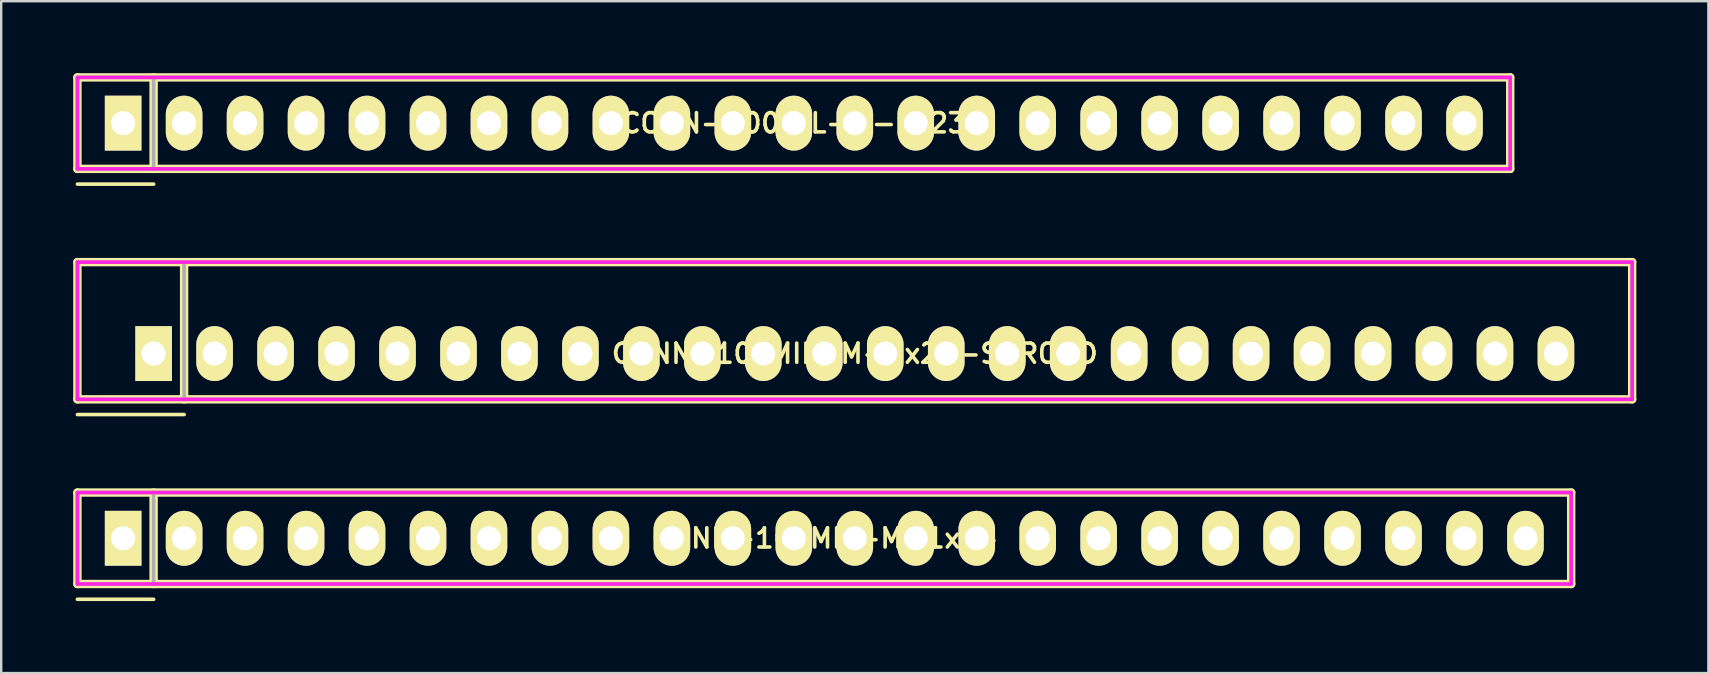
<source format=kicad_pcb>
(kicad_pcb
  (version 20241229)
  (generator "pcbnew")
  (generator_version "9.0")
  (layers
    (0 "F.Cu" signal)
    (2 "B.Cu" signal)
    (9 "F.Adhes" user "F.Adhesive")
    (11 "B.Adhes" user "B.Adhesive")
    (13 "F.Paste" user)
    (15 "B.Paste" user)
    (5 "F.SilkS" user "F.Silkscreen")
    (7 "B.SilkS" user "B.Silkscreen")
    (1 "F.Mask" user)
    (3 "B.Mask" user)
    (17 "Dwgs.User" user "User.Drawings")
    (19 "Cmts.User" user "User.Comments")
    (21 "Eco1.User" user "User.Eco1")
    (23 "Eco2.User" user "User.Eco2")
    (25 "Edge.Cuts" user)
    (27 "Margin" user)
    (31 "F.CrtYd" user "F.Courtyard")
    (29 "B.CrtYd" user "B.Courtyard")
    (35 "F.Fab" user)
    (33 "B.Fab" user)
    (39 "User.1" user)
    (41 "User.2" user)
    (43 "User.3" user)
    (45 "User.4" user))
  (footprint "CONN-100MIL-M-1x23"
    (layer "F.Cu")
    (at 30.02 2.08)
    (property "Reference" "CONN-100MIL-M-1x23" (at 0 0 0) (layer "F.SilkS") (effects (font (size 0.8 0.8) (thickness 0.15))))
    (attr through_hole)
    (fp_line (start -29.845 -1.905) (end 29.845 -1.905) (stroke (width 0.35) (type solid)) (layer "F.SilkS"))
    (fp_line (start -29.845 1.905) (end -29.845 -1.905) (stroke (width 0.35) (type solid)) (layer "F.SilkS"))
    (fp_line (start -29.845 2.54) (end -26.67 2.54) (stroke (width 0.15) (type solid)) (layer "F.SilkS"))
    (fp_line (start -26.67 -1.905) (end -26.67 1.905) (stroke (width 0.35) (type solid)) (layer "F.SilkS"))
    (fp_line (start 29.845 -1.905) (end 29.845 1.905) (stroke (width 0.35) (type solid)) (layer "F.SilkS"))
    (fp_line (start 29.845 1.905) (end -29.845 1.905) (stroke (width 0.35) (type solid)) (layer "F.SilkS"))
    (fp_line (start -29.845 -1.905) (end 29.845 -1.905) (stroke (width 0.15) (type solid)) (layer "F.CrtYd"))
    (fp_line (start -29.845 1.905) (end -29.845 -1.905) (stroke (width 0.15) (type solid)) (layer "F.CrtYd"))
    (fp_line (start 29.845 -1.905) (end 29.845 1.905) (stroke (width 0.15) (type solid)) (layer "F.CrtYd"))
    (fp_line (start 29.845 1.905) (end -29.845 1.905) (stroke (width 0.15) (type solid)) (layer "F.CrtYd"))
    (fp_line (start -29.845 -1.905) (end 29.845 -1.905) (stroke (width 0.15) (type solid)) (layer "F.Fab"))
    (fp_line (start -29.845 1.905) (end -29.845 -1.905) (stroke (width 0.15) (type solid)) (layer "F.Fab"))
    (fp_line (start -26.67 -1.905) (end -26.67 1.905) (stroke (width 0.15) (type solid)) (layer "F.Fab"))
    (fp_line (start 29.845 -1.905) (end 29.845 1.905) (stroke (width 0.15) (type solid)) (layer "F.Fab"))
    (fp_line (start 29.845 1.905) (end -29.845 1.905) (stroke (width 0.15) (type solid)) (layer "F.Fab"))
    (pad "1" thru_hole rect (at -27.94 0) (size 1.524 2.286) (drill 1) (layers "*.Cu" "*.Mask" "F.SilkS"))
    (pad "2" thru_hole oval (at -25.4 0) (size 1.524 2.286) (drill 1) (layers "*.Cu" "*.Mask" "F.SilkS"))
    (pad "3" thru_hole oval (at -22.86 0) (size 1.524 2.286) (drill 1) (layers "*.Cu" "*.Mask" "F.SilkS"))
    (pad "4" thru_hole oval (at -20.32 0) (size 1.524 2.286) (drill 1) (layers "*.Cu" "*.Mask" "F.SilkS"))
    (pad "5" thru_hole oval (at -17.78 0) (size 1.524 2.286) (drill 1) (layers "*.Cu" "*.Mask" "F.SilkS"))
    (pad "6" thru_hole oval (at -15.24 0) (size 1.524 2.286) (drill 1) (layers "*.Cu" "*.Mask" "F.SilkS"))
    (pad "7" thru_hole oval (at -12.7 0) (size 1.524 2.286) (drill 1) (layers "*.Cu" "*.Mask" "F.SilkS"))
    (pad "8" thru_hole oval (at -10.16 0) (size 1.524 2.286) (drill 1) (layers "*.Cu" "*.Mask" "F.SilkS"))
    (pad "9" thru_hole oval (at -7.62 0) (size 1.524 2.286) (drill 1) (layers "*.Cu" "*.Mask" "F.SilkS"))
    (pad "10" thru_hole oval (at -5.08 0) (size 1.524 2.286) (drill 1) (layers "*.Cu" "*.Mask" "F.SilkS"))
    (pad "11" thru_hole oval (at -2.54 0) (size 1.524 2.286) (drill 1) (layers "*.Cu" "*.Mask" "F.SilkS"))
    (pad "12" thru_hole oval (at 0 0) (size 1.524 2.286) (drill 1) (layers "*.Cu" "*.Mask" "F.SilkS"))
    (pad "13" thru_hole oval (at 2.54 0) (size 1.524 2.286) (drill 1) (layers "*.Cu" "*.Mask" "F.SilkS"))
    (pad "14" thru_hole oval (at 5.08 0) (size 1.524 2.286) (drill 1) (layers "*.Cu" "*.Mask" "F.SilkS"))
    (pad "15" thru_hole oval (at 7.62 0) (size 1.524 2.286) (drill 1) (layers "*.Cu" "*.Mask" "F.SilkS"))
    (pad "16" thru_hole oval (at 10.16 0) (size 1.524 2.286) (drill 1) (layers "*.Cu" "*.Mask" "F.SilkS"))
    (pad "17" thru_hole oval (at 12.7 0) (size 1.524 2.286) (drill 1) (layers "*.Cu" "*.Mask" "F.SilkS"))
    (pad "18" thru_hole oval (at 15.24 0) (size 1.524 2.286) (drill 1) (layers "*.Cu" "*.Mask" "F.SilkS"))
    (pad "19" thru_hole oval (at 17.78 0) (size 1.524 2.286) (drill 1) (layers "*.Cu" "*.Mask" "F.SilkS"))
    (pad "20" thru_hole oval (at 20.32 0) (size 1.524 2.286) (drill 1) (layers "*.Cu" "*.Mask" "F.SilkS"))
    (pad "21" thru_hole oval (at 22.86 0) (size 1.524 2.286) (drill 1) (layers "*.Cu" "*.Mask" "F.SilkS"))
    (pad "22" thru_hole oval (at 25.4 0) (size 1.524 2.286) (drill 1) (layers "*.Cu" "*.Mask" "F.SilkS"))
    (pad "23" thru_hole oval (at 27.94 0) (size 1.524 2.286) (drill 1) (layers "*.Cu" "*.Mask" "F.SilkS")))
  (footprint "CONN-100MIL-M-1x24-SHROUD"
    (layer "F.Cu")
    (at 32.56 11.68)
    (property "Reference" "CONN-100MIL-M-1x24-SHROUD" (at 0 0 0) (layer "F.SilkS") (effects (font (size 0.8 0.8) (thickness 0.15))))
    (attr through_hole)
    (fp_line (start -32.385 -3.81) (end 32.385 -3.81) (stroke (width 0.35) (type solid)) (layer "F.SilkS"))
    (fp_line (start -32.385 1.905) (end -32.385 -3.81) (stroke (width 0.35) (type solid)) (layer "F.SilkS"))
    (fp_line (start -32.385 2.54) (end -27.94 2.54) (stroke (width 0.15) (type solid)) (layer "F.SilkS"))
    (fp_line (start -27.94 -3.81) (end -27.94 1.905) (stroke (width 0.35) (type solid)) (layer "F.SilkS"))
    (fp_line (start 32.385 -3.81) (end 32.385 1.905) (stroke (width 0.35) (type solid)) (layer "F.SilkS"))
    (fp_line (start 32.385 1.905) (end -32.385 1.905) (stroke (width 0.35) (type solid)) (layer "F.SilkS"))
    (fp_line (start -32.385 -3.81) (end 32.385 -3.81) (stroke (width 0.15) (type solid)) (layer "F.CrtYd"))
    (fp_line (start -32.385 1.905) (end -32.385 -3.81) (stroke (width 0.15) (type solid)) (layer "F.CrtYd"))
    (fp_line (start 32.385 -3.81) (end 32.385 1.905) (stroke (width 0.15) (type solid)) (layer "F.CrtYd"))
    (fp_line (start 32.385 1.905) (end -32.385 1.905) (stroke (width 0.15) (type solid)) (layer "F.CrtYd"))
    (fp_line (start -32.385 -3.81) (end 32.385 -3.81) (stroke (width 0.15) (type solid)) (layer "F.Fab"))
    (fp_line (start -32.385 1.905) (end -32.385 -3.81) (stroke (width 0.15) (type solid)) (layer "F.Fab"))
    (fp_line (start -27.94 -3.81) (end -27.94 1.905) (stroke (width 0.15) (type solid)) (layer "F.Fab"))
    (fp_line (start 32.385 -3.81) (end 32.385 1.905) (stroke (width 0.15) (type solid)) (layer "F.Fab"))
    (fp_line (start 32.385 1.905) (end -32.385 1.905) (stroke (width 0.15) (type solid)) (layer "F.Fab"))
    (pad "1" thru_hole rect (at -29.21 0) (size 1.524 2.286) (drill 1) (layers "*.Cu" "*.Mask" "F.SilkS"))
    (pad "2" thru_hole oval (at -26.67 0) (size 1.524 2.286) (drill 1) (layers "*.Cu" "*.Mask" "F.SilkS"))
    (pad "3" thru_hole oval (at -24.13 0) (size 1.524 2.286) (drill 1) (layers "*.Cu" "*.Mask" "F.SilkS"))
    (pad "4" thru_hole oval (at -21.59 0) (size 1.524 2.286) (drill 1) (layers "*.Cu" "*.Mask" "F.SilkS"))
    (pad "5" thru_hole oval (at -19.05 0) (size 1.524 2.286) (drill 1) (layers "*.Cu" "*.Mask" "F.SilkS"))
    (pad "6" thru_hole oval (at -16.51 0) (size 1.524 2.286) (drill 1) (layers "*.Cu" "*.Mask" "F.SilkS"))
    (pad "7" thru_hole oval (at -13.97 0) (size 1.524 2.286) (drill 1) (layers "*.Cu" "*.Mask" "F.SilkS"))
    (pad "8" thru_hole oval (at -11.43 0) (size 1.524 2.286) (drill 1) (layers "*.Cu" "*.Mask" "F.SilkS"))
    (pad "9" thru_hole oval (at -8.89 0) (size 1.524 2.286) (drill 1) (layers "*.Cu" "*.Mask" "F.SilkS"))
    (pad "10" thru_hole oval (at -6.35 0) (size 1.524 2.286) (drill 1) (layers "*.Cu" "*.Mask" "F.SilkS"))
    (pad "11" thru_hole oval (at -3.81 0) (size 1.524 2.286) (drill 1) (layers "*.Cu" "*.Mask" "F.SilkS"))
    (pad "12" thru_hole oval (at -1.27 0) (size 1.524 2.286) (drill 1) (layers "*.Cu" "*.Mask" "F.SilkS"))
    (pad "13" thru_hole oval (at 1.27 0) (size 1.524 2.286) (drill 1) (layers "*.Cu" "*.Mask" "F.SilkS"))
    (pad "14" thru_hole oval (at 3.81 0) (size 1.524 2.286) (drill 1) (layers "*.Cu" "*.Mask" "F.SilkS"))
    (pad "15" thru_hole oval (at 6.35 0) (size 1.524 2.286) (drill 1) (layers "*.Cu" "*.Mask" "F.SilkS"))
    (pad "16" thru_hole oval (at 8.89 0) (size 1.524 2.286) (drill 1) (layers "*.Cu" "*.Mask" "F.SilkS"))
    (pad "17" thru_hole oval (at 11.43 0) (size 1.524 2.286) (drill 1) (layers "*.Cu" "*.Mask" "F.SilkS"))
    (pad "18" thru_hole oval (at 13.97 0) (size 1.524 2.286) (drill 1) (layers "*.Cu" "*.Mask" "F.SilkS"))
    (pad "19" thru_hole oval (at 16.51 0) (size 1.524 2.286) (drill 1) (layers "*.Cu" "*.Mask" "F.SilkS"))
    (pad "20" thru_hole oval (at 19.05 0) (size 1.524 2.286) (drill 1) (layers "*.Cu" "*.Mask" "F.SilkS"))
    (pad "21" thru_hole oval (at 21.59 0) (size 1.524 2.286) (drill 1) (layers "*.Cu" "*.Mask" "F.SilkS"))
    (pad "22" thru_hole oval (at 24.13 0) (size 1.524 2.286) (drill 1) (layers "*.Cu" "*.Mask" "F.SilkS"))
    (pad "23" thru_hole oval (at 26.67 0) (size 1.524 2.286) (drill 1) (layers "*.Cu" "*.Mask" "F.SilkS"))
    (pad "24" thru_hole oval (at 29.21 0) (size 1.524 2.286) (drill 1) (layers "*.Cu" "*.Mask" "F.SilkS")))
  (footprint "CONN-100MIL-M-1x24"
    (layer "F.Cu")
    (at 31.29 19.375)
    (property "Reference" "CONN-100MIL-M-1x24" (at 0 0 0) (layer "F.SilkS") (effects (font (size 0.8 0.8) (thickness 0.15))))
    (attr through_hole)
    (fp_line (start -31.115 -1.905) (end 31.115 -1.905) (stroke (width 0.35) (type solid)) (layer "F.SilkS"))
    (fp_line (start -31.115 1.905) (end -31.115 -1.905) (stroke (width 0.35) (type solid)) (layer "F.SilkS"))
    (fp_line (start -31.115 2.54) (end -27.94 2.54) (stroke (width 0.15) (type solid)) (layer "F.SilkS"))
    (fp_line (start -27.94 -1.905) (end -27.94 1.905) (stroke (width 0.35) (type solid)) (layer "F.SilkS"))
    (fp_line (start 31.115 -1.905) (end 31.115 1.905) (stroke (width 0.35) (type solid)) (layer "F.SilkS"))
    (fp_line (start 31.115 1.905) (end -31.115 1.905) (stroke (width 0.35) (type solid)) (layer "F.SilkS"))
    (fp_line (start -31.115 -1.905) (end 31.115 -1.905) (stroke (width 0.15) (type solid)) (layer "F.CrtYd"))
    (fp_line (start -31.115 1.905) (end -31.115 -1.905) (stroke (width 0.15) (type solid)) (layer "F.CrtYd"))
    (fp_line (start 31.115 -1.905) (end 31.115 1.905) (stroke (width 0.15) (type solid)) (layer "F.CrtYd"))
    (fp_line (start 31.115 1.905) (end -31.115 1.905) (stroke (width 0.15) (type solid)) (layer "F.CrtYd"))
    (fp_line (start -31.115 -1.905) (end 31.115 -1.905) (stroke (width 0.15) (type solid)) (layer "F.Fab"))
    (fp_line (start -31.115 1.905) (end -31.115 -1.905) (stroke (width 0.15) (type solid)) (layer "F.Fab"))
    (fp_line (start -27.94 -1.905) (end -27.94 1.905) (stroke (width 0.15) (type solid)) (layer "F.Fab"))
    (fp_line (start 31.115 -1.905) (end 31.115 1.905) (stroke (width 0.15) (type solid)) (layer "F.Fab"))
    (fp_line (start 31.115 1.905) (end -31.115 1.905) (stroke (width 0.15) (type solid)) (layer "F.Fab"))
    (pad "1" thru_hole rect (at -29.21 0) (size 1.524 2.286) (drill 1) (layers "*.Cu" "*.Mask" "F.SilkS"))
    (pad "2" thru_hole oval (at -26.67 0) (size 1.524 2.286) (drill 1) (layers "*.Cu" "*.Mask" "F.SilkS"))
    (pad "3" thru_hole oval (at -24.13 0) (size 1.524 2.286) (drill 1) (layers "*.Cu" "*.Mask" "F.SilkS"))
    (pad "4" thru_hole oval (at -21.59 0) (size 1.524 2.286) (drill 1) (layers "*.Cu" "*.Mask" "F.SilkS"))
    (pad "5" thru_hole oval (at -19.05 0) (size 1.524 2.286) (drill 1) (layers "*.Cu" "*.Mask" "F.SilkS"))
    (pad "6" thru_hole oval (at -16.51 0) (size 1.524 2.286) (drill 1) (layers "*.Cu" "*.Mask" "F.SilkS"))
    (pad "7" thru_hole oval (at -13.97 0) (size 1.524 2.286) (drill 1) (layers "*.Cu" "*.Mask" "F.SilkS"))
    (pad "8" thru_hole oval (at -11.43 0) (size 1.524 2.286) (drill 1) (layers "*.Cu" "*.Mask" "F.SilkS"))
    (pad "9" thru_hole oval (at -8.89 0) (size 1.524 2.286) (drill 1) (layers "*.Cu" "*.Mask" "F.SilkS"))
    (pad "10" thru_hole oval (at -6.35 0) (size 1.524 2.286) (drill 1) (layers "*.Cu" "*.Mask" "F.SilkS"))
    (pad "11" thru_hole oval (at -3.81 0) (size 1.524 2.286) (drill 1) (layers "*.Cu" "*.Mask" "F.SilkS"))
    (pad "12" thru_hole oval (at -1.27 0) (size 1.524 2.286) (drill 1) (layers "*.Cu" "*.Mask" "F.SilkS"))
    (pad "13" thru_hole oval (at 1.27 0) (size 1.524 2.286) (drill 1) (layers "*.Cu" "*.Mask" "F.SilkS"))
    (pad "14" thru_hole oval (at 3.81 0) (size 1.524 2.286) (drill 1) (layers "*.Cu" "*.Mask" "F.SilkS"))
    (pad "15" thru_hole oval (at 6.35 0) (size 1.524 2.286) (drill 1) (layers "*.Cu" "*.Mask" "F.SilkS"))
    (pad "16" thru_hole oval (at 8.89 0) (size 1.524 2.286) (drill 1) (layers "*.Cu" "*.Mask" "F.SilkS"))
    (pad "17" thru_hole oval (at 11.43 0) (size 1.524 2.286) (drill 1) (layers "*.Cu" "*.Mask" "F.SilkS"))
    (pad "18" thru_hole oval (at 13.97 0) (size 1.524 2.286) (drill 1) (layers "*.Cu" "*.Mask" "F.SilkS"))
    (pad "19" thru_hole oval (at 16.51 0) (size 1.524 2.286) (drill 1) (layers "*.Cu" "*.Mask" "F.SilkS"))
    (pad "20" thru_hole oval (at 19.05 0) (size 1.524 2.286) (drill 1) (layers "*.Cu" "*.Mask" "F.SilkS"))
    (pad "21" thru_hole oval (at 21.59 0) (size 1.524 2.286) (drill 1) (layers "*.Cu" "*.Mask" "F.SilkS"))
    (pad "22" thru_hole oval (at 24.13 0) (size 1.524 2.286) (drill 1) (layers "*.Cu" "*.Mask" "F.SilkS"))
    (pad "23" thru_hole oval (at 26.67 0) (size 1.524 2.286) (drill 1) (layers "*.Cu" "*.Mask" "F.SilkS"))
    (pad "24" thru_hole oval (at 29.21 0) (size 1.524 2.286) (drill 1) (layers "*.Cu" "*.Mask" "F.SilkS")))
  (gr_rect
    (start -3 -3)
    (end 68.12 24.99)
    (stroke (width 0.1) (type default))
    (fill no)
    (layer "Edge.Cuts")))
</source>
